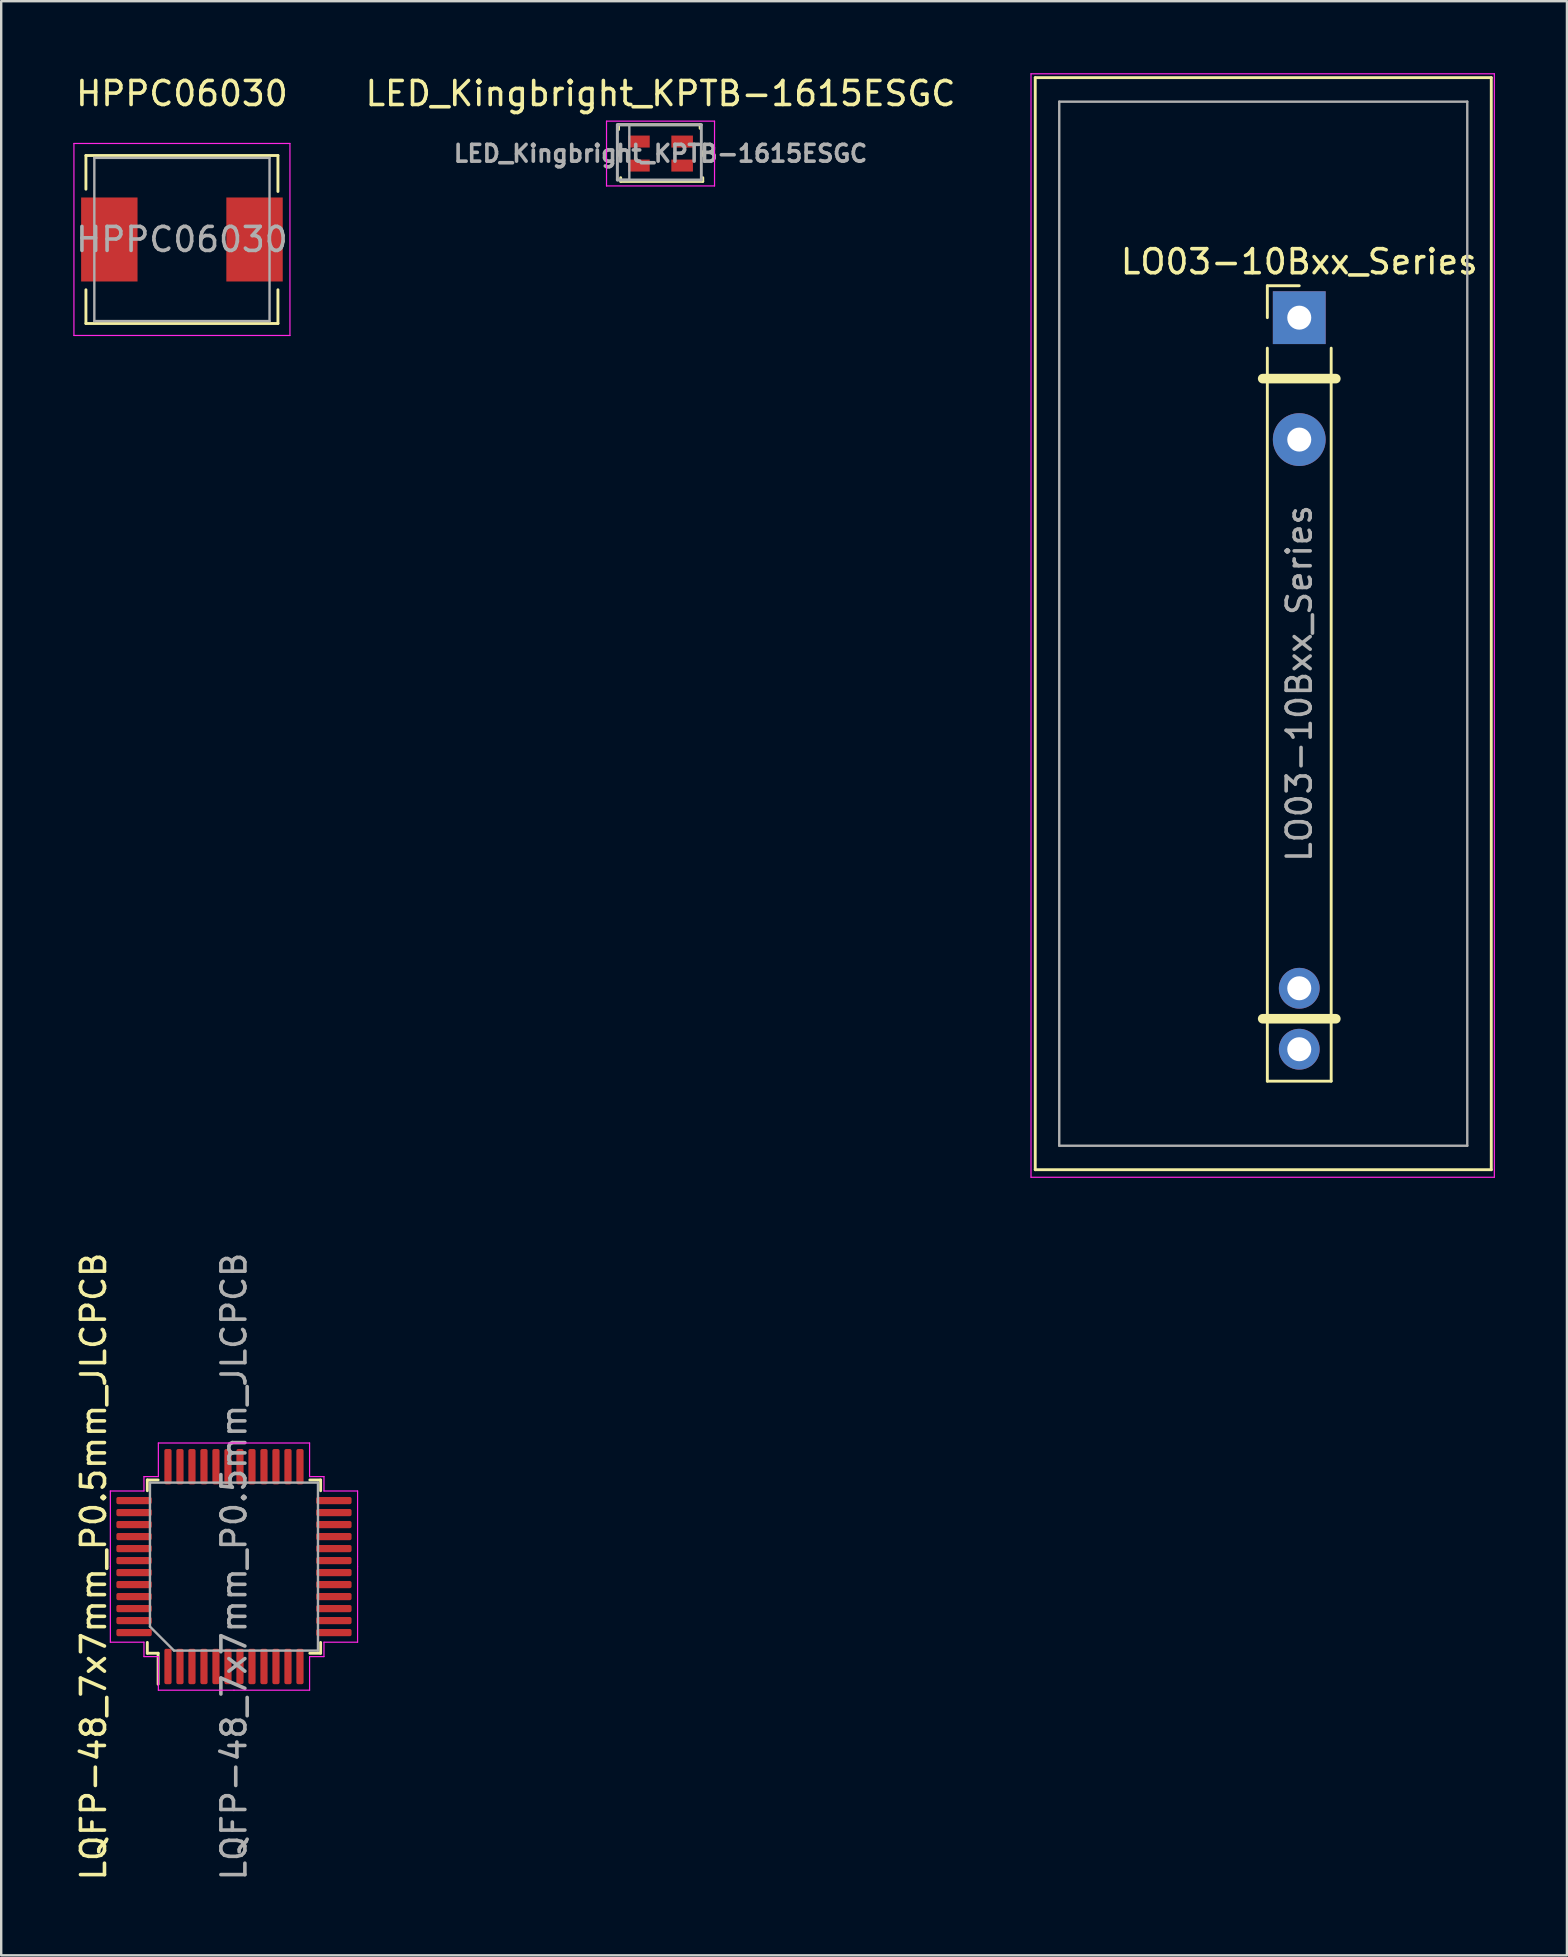
<source format=kicad_pcb>
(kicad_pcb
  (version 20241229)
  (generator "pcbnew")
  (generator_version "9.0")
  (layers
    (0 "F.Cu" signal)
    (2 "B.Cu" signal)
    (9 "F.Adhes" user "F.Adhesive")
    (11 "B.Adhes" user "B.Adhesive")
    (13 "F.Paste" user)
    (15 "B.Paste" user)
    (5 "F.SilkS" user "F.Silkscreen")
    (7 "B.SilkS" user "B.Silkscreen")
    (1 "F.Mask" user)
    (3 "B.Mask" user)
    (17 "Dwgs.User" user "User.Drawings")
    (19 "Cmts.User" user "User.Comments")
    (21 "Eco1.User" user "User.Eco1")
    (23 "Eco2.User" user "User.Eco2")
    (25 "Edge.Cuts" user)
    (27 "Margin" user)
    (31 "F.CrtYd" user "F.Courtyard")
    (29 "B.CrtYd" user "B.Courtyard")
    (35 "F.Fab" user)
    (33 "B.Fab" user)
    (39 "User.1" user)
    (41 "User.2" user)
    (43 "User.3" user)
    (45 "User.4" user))
  (footprint "LO03-10Bxx_Series"
    (layer "F.Cu")
    (at 51.082 10.185)
    (property "Reference" "LO03-10Bxx_Series" (at 0 -2.33 0) (layer "F.SilkS") (effects (font (size 1 1) (thickness 0.15))))
    (attr through_hole)
    (fp_line (start -11 -10) (end 8 -10) (stroke (width 0.12) (type solid)) (layer "F.SilkS"))
    (fp_line (start -11 35.5) (end -11 -10) (stroke (width 0.12) (type solid)) (layer "F.SilkS"))
    (fp_line (start -1.524 2.54) (end 1.524 2.54) (stroke (width 0.4) (type solid)) (layer "F.SilkS"))
    (fp_line (start -1.524 29.21) (end 1.524 29.21) (stroke (width 0.4) (type solid)) (layer "F.SilkS"))
    (fp_line (start -1.33 -1.33) (end 0 -1.33) (stroke (width 0.12) (type solid)) (layer "F.SilkS"))
    (fp_line (start -1.33 0) (end -1.33 -1.33) (stroke (width 0.12) (type solid)) (layer "F.SilkS"))
    (fp_line (start -1.33 1.27) (end -1.33 31.81) (stroke (width 0.12) (type solid)) (layer "F.SilkS"))
    (fp_line (start -1.33 31.81) (end 1.33 31.81) (stroke (width 0.12) (type solid)) (layer "F.SilkS"))
    (fp_line (start 1.33 1.27) (end 1.33 31.81) (stroke (width 0.12) (type solid)) (layer "F.SilkS"))
    (fp_line (start 8 -10) (end 8 35.5) (stroke (width 0.12) (type solid)) (layer "F.SilkS"))
    (fp_line (start 8 35.5) (end -11 35.5) (stroke (width 0.12) (type solid)) (layer "F.SilkS"))
    (fp_line (start -11.176 -10.16) (end -11.176 35.814) (stroke (width 0.05) (type solid)) (layer "F.CrtYd"))
    (fp_line (start -11.176 35.814) (end 8.128 35.814) (stroke (width 0.05) (type solid)) (layer "F.CrtYd"))
    (fp_line (start 8.128 -10.16) (end -11.176 -10.16) (stroke (width 0.05) (type solid)) (layer "F.CrtYd"))
    (fp_line (start 8.128 35.814) (end 8.128 -10.16) (stroke (width 0.05) (type solid)) (layer "F.CrtYd"))
    (fp_line (start -10 -9) (end 7 -9) (stroke (width 0.1) (type solid)) (layer "F.Fab"))
    (fp_line (start -10 34.5) (end -10 -9) (stroke (width 0.1) (type solid)) (layer "F.Fab"))
    (fp_line (start 7 -9) (end 7 34.5) (stroke (width 0.1) (type solid)) (layer "F.Fab"))
    (fp_line (start 7 34.5) (end -10 34.5) (stroke (width 0.1) (type solid)) (layer "F.Fab"))
    (fp_text user "${REFERENCE}" (at 0 15.24 90) (layer "F.Fab") (effects (font (size 1 1) (thickness 0.15))))
    (pad "1" thru_hole rect (at 0 0) (size 2.2 2.2) (drill 1) (layers "*.Cu" "*.Mask"))
    (pad "3" thru_hole oval (at 0 5.08) (size 2.2 2.2) (drill 1) (layers "*.Cu" "*.Mask"))
    (pad "12" thru_hole oval (at 0 27.94) (size 1.7 1.7) (drill 1) (layers "*.Cu" "*.Mask"))
    (pad "13" thru_hole oval (at 0 30.48) (size 1.7 1.7) (drill 1) (layers "*.Cu" "*.Mask")))
  (footprint "LQFP-48_7x7mm_P0.5mm_JLCPCB"
    (layer "F.Cu")
    (at 6.698 62.22)
    (property "Reference" "LQFP-48_7x7mm_P0.5mm_JLCPCB" (at -5.85 0 90) (layer "F.SilkS") (effects (font (size 1 1) (thickness 0.15))))
    (attr smd)
    (fp_line (start -3.61 -3.61) (end -3.16 -3.61) (stroke (width 0.12) (type solid)) (layer "F.SilkS"))
    (fp_line (start -3.61 -3.16) (end -3.61 -3.61) (stroke (width 0.12) (type solid)) (layer "F.SilkS"))
    (fp_line (start -3.61 3.16) (end -3.61 3.61) (stroke (width 0.12) (type solid)) (layer "F.SilkS"))
    (fp_line (start -3.61 3.61) (end -3.16 3.61) (stroke (width 0.12) (type solid)) (layer "F.SilkS"))
    (fp_line (start -3.16 3.61) (end -3.16 4.9) (stroke (width 0.12) (type solid)) (layer "F.SilkS"))
    (fp_line (start 3.61 -3.61) (end 3.16 -3.61) (stroke (width 0.12) (type solid)) (layer "F.SilkS"))
    (fp_line (start 3.61 -3.16) (end 3.61 -3.61) (stroke (width 0.12) (type solid)) (layer "F.SilkS"))
    (fp_line (start 3.61 3.16) (end 3.61 3.61) (stroke (width 0.12) (type solid)) (layer "F.SilkS"))
    (fp_line (start 3.61 3.61) (end 3.16 3.61) (stroke (width 0.12) (type solid)) (layer "F.SilkS"))
    (fp_line (start -5.15 -3.15) (end -3.75 -3.15) (stroke (width 0.05) (type solid)) (layer "F.CrtYd"))
    (fp_line (start -5.15 0) (end -5.15 -3.15) (stroke (width 0.05) (type solid)) (layer "F.CrtYd"))
    (fp_line (start -5.15 0) (end -5.15 3.15) (stroke (width 0.05) (type solid)) (layer "F.CrtYd"))
    (fp_line (start -5.15 3.15) (end -3.75 3.15) (stroke (width 0.05) (type solid)) (layer "F.CrtYd"))
    (fp_line (start -3.75 -3.75) (end -3.15 -3.75) (stroke (width 0.05) (type solid)) (layer "F.CrtYd"))
    (fp_line (start -3.75 -3.15) (end -3.75 -3.75) (stroke (width 0.05) (type solid)) (layer "F.CrtYd"))
    (fp_line (start -3.75 3.15) (end -3.75 3.75) (stroke (width 0.05) (type solid)) (layer "F.CrtYd"))
    (fp_line (start -3.75 3.75) (end -3.15 3.75) (stroke (width 0.05) (type solid)) (layer "F.CrtYd"))
    (fp_line (start -3.15 -5.15) (end 0 -5.15) (stroke (width 0.05) (type solid)) (layer "F.CrtYd"))
    (fp_line (start -3.15 -3.75) (end -3.15 -5.15) (stroke (width 0.05) (type solid)) (layer "F.CrtYd"))
    (fp_line (start -3.15 3.75) (end -3.15 5.15) (stroke (width 0.05) (type solid)) (layer "F.CrtYd"))
    (fp_line (start -3.15 5.15) (end 0 5.15) (stroke (width 0.05) (type solid)) (layer "F.CrtYd"))
    (fp_line (start 3.15 -5.15) (end 0 -5.15) (stroke (width 0.05) (type solid)) (layer "F.CrtYd"))
    (fp_line (start 3.15 -3.75) (end 3.15 -5.15) (stroke (width 0.05) (type solid)) (layer "F.CrtYd"))
    (fp_line (start 3.15 3.75) (end 3.15 5.15) (stroke (width 0.05) (type solid)) (layer "F.CrtYd"))
    (fp_line (start 3.15 5.15) (end 0 5.15) (stroke (width 0.05) (type solid)) (layer "F.CrtYd"))
    (fp_line (start 3.75 -3.75) (end 3.15 -3.75) (stroke (width 0.05) (type solid)) (layer "F.CrtYd"))
    (fp_line (start 3.75 -3.15) (end 3.75 -3.75) (stroke (width 0.05) (type solid)) (layer "F.CrtYd"))
    (fp_line (start 3.75 3.15) (end 3.75 3.75) (stroke (width 0.05) (type solid)) (layer "F.CrtYd"))
    (fp_line (start 3.75 3.75) (end 3.15 3.75) (stroke (width 0.05) (type solid)) (layer "F.CrtYd"))
    (fp_line (start 5.15 -3.15) (end 3.75 -3.15) (stroke (width 0.05) (type solid)) (layer "F.CrtYd"))
    (fp_line (start 5.15 0) (end 5.15 -3.15) (stroke (width 0.05) (type solid)) (layer "F.CrtYd"))
    (fp_line (start 5.15 0) (end 5.15 3.15) (stroke (width 0.05) (type solid)) (layer "F.CrtYd"))
    (fp_line (start 5.15 3.15) (end 3.75 3.15) (stroke (width 0.05) (type solid)) (layer "F.CrtYd"))
    (fp_line (start -3.5 -3.5) (end 3.5 -3.5) (stroke (width 0.1) (type solid)) (layer "F.Fab"))
    (fp_line (start -3.5 2.5) (end -3.5 -3.5) (stroke (width 0.1) (type solid)) (layer "F.Fab"))
    (fp_line (start -2.5 3.5) (end -3.5 2.5) (stroke (width 0.1) (type solid)) (layer "F.Fab"))
    (fp_line (start 3.5 -3.5) (end 3.5 3.5) (stroke (width 0.1) (type solid)) (layer "F.Fab"))
    (fp_line (start 3.5 3.5) (end -2.5 3.5) (stroke (width 0.1) (type solid)) (layer "F.Fab"))
    (fp_text user "${REFERENCE}" (at 0 0 90) (layer "F.Fab") (effects (font (size 1 1) (thickness 0.15))))
    (pad "1" smd roundrect (at -2.75 4.162 90) (size 1.475 0.3) (layers "F.Cu" "F.Mask" "F.Paste") (roundrect_rratio 0.25))
    (pad "2" smd roundrect (at -2.25 4.162 90) (size 1.475 0.3) (layers "F.Cu" "F.Mask" "F.Paste") (roundrect_rratio 0.25))
    (pad "3" smd roundrect (at -1.75 4.162 90) (size 1.475 0.3) (layers "F.Cu" "F.Mask" "F.Paste") (roundrect_rratio 0.25))
    (pad "4" smd roundrect (at -1.25 4.162 90) (size 1.475 0.3) (layers "F.Cu" "F.Mask" "F.Paste") (roundrect_rratio 0.25))
    (pad "5" smd roundrect (at -0.75 4.162 90) (size 1.475 0.3) (layers "F.Cu" "F.Mask" "F.Paste") (roundrect_rratio 0.25))
    (pad "6" smd roundrect (at -0.25 4.162 90) (size 1.475 0.3) (layers "F.Cu" "F.Mask" "F.Paste") (roundrect_rratio 0.25))
    (pad "7" smd roundrect (at 0.25 4.162 90) (size 1.475 0.3) (layers "F.Cu" "F.Mask" "F.Paste") (roundrect_rratio 0.25))
    (pad "8" smd roundrect (at 0.75 4.162 90) (size 1.475 0.3) (layers "F.Cu" "F.Mask" "F.Paste") (roundrect_rratio 0.25))
    (pad "9" smd roundrect (at 1.25 4.162 90) (size 1.475 0.3) (layers "F.Cu" "F.Mask" "F.Paste") (roundrect_rratio 0.25))
    (pad "10" smd roundrect (at 1.75 4.162 90) (size 1.475 0.3) (layers "F.Cu" "F.Mask" "F.Paste") (roundrect_rratio 0.25))
    (pad "11" smd roundrect (at 2.25 4.162 90) (size 1.475 0.3) (layers "F.Cu" "F.Mask" "F.Paste") (roundrect_rratio 0.25))
    (pad "12" smd roundrect (at 2.75 4.162 90) (size 1.475 0.3) (layers "F.Cu" "F.Mask" "F.Paste") (roundrect_rratio 0.25))
    (pad "13" smd roundrect (at 4.162 2.75 90) (size 0.3 1.475) (layers "F.Cu" "F.Mask" "F.Paste") (roundrect_rratio 0.25))
    (pad "14" smd roundrect (at 4.162 2.25 90) (size 0.3 1.475) (layers "F.Cu" "F.Mask" "F.Paste") (roundrect_rratio 0.25))
    (pad "15" smd roundrect (at 4.162 1.75 90) (size 0.3 1.475) (layers "F.Cu" "F.Mask" "F.Paste") (roundrect_rratio 0.25))
    (pad "16" smd roundrect (at 4.162 1.25 90) (size 0.3 1.475) (layers "F.Cu" "F.Mask" "F.Paste") (roundrect_rratio 0.25))
    (pad "17" smd roundrect (at 4.162 0.75 90) (size 0.3 1.475) (layers "F.Cu" "F.Mask" "F.Paste") (roundrect_rratio 0.25))
    (pad "18" smd roundrect (at 4.162 0.25 90) (size 0.3 1.475) (layers "F.Cu" "F.Mask" "F.Paste") (roundrect_rratio 0.25))
    (pad "19" smd roundrect (at 4.162 -0.25 90) (size 0.3 1.475) (layers "F.Cu" "F.Mask" "F.Paste") (roundrect_rratio 0.25))
    (pad "20" smd roundrect (at 4.162 -0.75 90) (size 0.3 1.475) (layers "F.Cu" "F.Mask" "F.Paste") (roundrect_rratio 0.25))
    (pad "21" smd roundrect (at 4.162 -1.25 90) (size 0.3 1.475) (layers "F.Cu" "F.Mask" "F.Paste") (roundrect_rratio 0.25))
    (pad "22" smd roundrect (at 4.162 -1.75 90) (size 0.3 1.475) (layers "F.Cu" "F.Mask" "F.Paste") (roundrect_rratio 0.25))
    (pad "23" smd roundrect (at 4.162 -2.25 90) (size 0.3 1.475) (layers "F.Cu" "F.Mask" "F.Paste") (roundrect_rratio 0.25))
    (pad "24" smd roundrect (at 4.162 -2.75 90) (size 0.3 1.475) (layers "F.Cu" "F.Mask" "F.Paste") (roundrect_rratio 0.25))
    (pad "25" smd roundrect (at 2.75 -4.162 90) (size 1.475 0.3) (layers "F.Cu" "F.Mask" "F.Paste") (roundrect_rratio 0.25))
    (pad "26" smd roundrect (at 2.25 -4.162 90) (size 1.475 0.3) (layers "F.Cu" "F.Mask" "F.Paste") (roundrect_rratio 0.25))
    (pad "27" smd roundrect (at 1.75 -4.162 90) (size 1.475 0.3) (layers "F.Cu" "F.Mask" "F.Paste") (roundrect_rratio 0.25))
    (pad "28" smd roundrect (at 1.25 -4.162 90) (size 1.475 0.3) (layers "F.Cu" "F.Mask" "F.Paste") (roundrect_rratio 0.25))
    (pad "29" smd roundrect (at 0.75 -4.162 90) (size 1.475 0.3) (layers "F.Cu" "F.Mask" "F.Paste") (roundrect_rratio 0.25))
    (pad "30" smd roundrect (at 0.25 -4.162 90) (size 1.475 0.3) (layers "F.Cu" "F.Mask" "F.Paste") (roundrect_rratio 0.25))
    (pad "31" smd roundrect (at -0.25 -4.162 90) (size 1.475 0.3) (layers "F.Cu" "F.Mask" "F.Paste") (roundrect_rratio 0.25))
    (pad "32" smd roundrect (at -0.75 -4.162 90) (size 1.475 0.3) (layers "F.Cu" "F.Mask" "F.Paste") (roundrect_rratio 0.25))
    (pad "33" smd roundrect (at -1.25 -4.162 90) (size 1.475 0.3) (layers "F.Cu" "F.Mask" "F.Paste") (roundrect_rratio 0.25))
    (pad "34" smd roundrect (at -1.75 -4.162 90) (size 1.475 0.3) (layers "F.Cu" "F.Mask" "F.Paste") (roundrect_rratio 0.25))
    (pad "35" smd roundrect (at -2.25 -4.162 90) (size 1.475 0.3) (layers "F.Cu" "F.Mask" "F.Paste") (roundrect_rratio 0.25))
    (pad "36" smd roundrect (at -2.75 -4.162 90) (size 1.475 0.3) (layers "F.Cu" "F.Mask" "F.Paste") (roundrect_rratio 0.25))
    (pad "37" smd roundrect (at -4.162 -2.75 90) (size 0.3 1.475) (layers "F.Cu" "F.Mask" "F.Paste") (roundrect_rratio 0.25))
    (pad "38" smd roundrect (at -4.162 -2.25 90) (size 0.3 1.475) (layers "F.Cu" "F.Mask" "F.Paste") (roundrect_rratio 0.25))
    (pad "39" smd roundrect (at -4.162 -1.75 90) (size 0.3 1.475) (layers "F.Cu" "F.Mask" "F.Paste") (roundrect_rratio 0.25))
    (pad "40" smd roundrect (at -4.162 -1.25 90) (size 0.3 1.475) (layers "F.Cu" "F.Mask" "F.Paste") (roundrect_rratio 0.25))
    (pad "41" smd roundrect (at -4.162 -0.75 90) (size 0.3 1.475) (layers "F.Cu" "F.Mask" "F.Paste") (roundrect_rratio 0.25))
    (pad "42" smd roundrect (at -4.162 -0.25 90) (size 0.3 1.475) (layers "F.Cu" "F.Mask" "F.Paste") (roundrect_rratio 0.25))
    (pad "43" smd roundrect (at -4.162 0.25 90) (size 0.3 1.475) (layers "F.Cu" "F.Mask" "F.Paste") (roundrect_rratio 0.25))
    (pad "44" smd roundrect (at -4.162 0.75 90) (size 0.3 1.475) (layers "F.Cu" "F.Mask" "F.Paste") (roundrect_rratio 0.25))
    (pad "45" smd roundrect (at -4.162 1.25 90) (size 0.3 1.475) (layers "F.Cu" "F.Mask" "F.Paste") (roundrect_rratio 0.25))
    (pad "46" smd roundrect (at -4.162 1.75 90) (size 0.3 1.475) (layers "F.Cu" "F.Mask" "F.Paste") (roundrect_rratio 0.25))
    (pad "47" smd roundrect (at -4.162 2.25 90) (size 0.3 1.475) (layers "F.Cu" "F.Mask" "F.Paste") (roundrect_rratio 0.25))
    (pad "48" smd roundrect (at -4.162 2.75 90) (size 0.3 1.475) (layers "F.Cu" "F.Mask" "F.Paste") (roundrect_rratio 0.25)))
  (footprint "LED_Kingbright_KPTB-1615ESGC"
    (layer "F.Cu")
    (at 24.47 3.348)
    (property "Reference" "LED_Kingbright_KPTB-1615ESGC" (at 0 -2.5 0) (layer "F.SilkS") (effects (font (size 1 1) (thickness 0.15))))
    (attr smd)
    (fp_line (start -1.75 -1.2) (end 1.65 -1.2) (stroke (width 0.12) (type solid)) (layer "F.SilkS"))
    (fp_line (start -1.75 -1) (end -1.75 -1.2) (stroke (width 0.12) (type solid)) (layer "F.SilkS"))
    (fp_line (start -1.71 -0.095) (end -1.71 0.095) (stroke (width 0.12) (type solid)) (layer "F.SilkS"))
    (fp_line (start -1.66 1.005) (end -1.66 1.16) (stroke (width 0.12) (type solid)) (layer "F.SilkS"))
    (fp_line (start -1.66 1.16) (end 1.76 1.16) (stroke (width 0.12) (type solid)) (layer "F.SilkS"))
    (fp_line (start 1.65 -1.2) (end 1.65 -1.05) (stroke (width 0.12) (type solid)) (layer "F.SilkS"))
    (fp_line (start 1.71 -0.095) (end 1.71 0.095) (stroke (width 0.12) (type solid)) (layer "F.SilkS"))
    (fp_line (start 1.76 1.005) (end 1.76 1.16) (stroke (width 0.12) (type solid)) (layer "F.SilkS"))
    (fp_line (start -2.25 -1.35) (end -2.25 1.35) (stroke (width 0.05) (type solid)) (layer "F.CrtYd"))
    (fp_line (start -2.25 -1.35) (end 2.25 -1.35) (stroke (width 0.05) (type solid)) (layer "F.CrtYd"))
    (fp_line (start -2.25 1.35) (end 2.25 1.35) (stroke (width 0.05) (type solid)) (layer "F.CrtYd"))
    (fp_line (start 2.25 1.35) (end 2.25 -1.35) (stroke (width 0.05) (type solid)) (layer "F.CrtYd"))
    (fp_line (start -1.8 -1.2) (end 1.7 -1.2) (stroke (width 0.12) (type solid)) (layer "F.Fab"))
    (fp_line (start -1.8 1.1) (end -1.8 -1.2) (stroke (width 0.12) (type solid)) (layer "F.Fab"))
    (fp_line (start -1.7 1.1) (end -1.8 1.1) (stroke (width 0.12) (type solid)) (layer "F.Fab"))
    (fp_line (start 1.7 -1.2) (end 1.7 1.1) (stroke (width 0.12) (type solid)) (layer "F.Fab"))
    (fp_line (start 1.7 1.1) (end -1.7 1.1) (stroke (width 0.12) (type solid)) (layer "F.Fab"))
    (fp_poly (pts (xy -1.8 -1.2) (xy -1.3 -1.2) (xy -1.3 1.1) (xy -1.8 1.1)) (stroke (width 0.1) (type solid)) (fill no) (layer "F.Fab"))
    (fp_text user "${REFERENCE}" (at 0 0 0) (layer "F.Fab") (effects (font (size 0.7 0.7) (thickness 0.15))))
    (pad "1" smd rect (at 0.9 -0.5) (size 0.9 0.5) (layers "F.Cu" "F.Mask" "F.Paste"))
    (pad "2" smd rect (at -0.9 -0.5) (size 0.9 0.5) (layers "F.Cu" "F.Mask" "F.Paste"))
    (pad "3" smd rect (at 0.9 0.5) (size 0.9 0.5) (layers "F.Cu" "F.Mask" "F.Paste"))
    (pad "4" smd rect (at -0.9 0.5) (size 0.9 0.5) (layers "F.Cu" "F.Mask" "F.Paste")))
  (footprint "HPPC06030"
    (layer "F.Cu")
    (at 4.53 6.928)
    (property "Reference" "HPPC06030" (at 0 -6.08 0) (layer "F.SilkS") (effects (font (size 1 1) (thickness 0.15))))
    (attr smd)
    (fp_line (start -4 -3.5) (end 4 -3.5) (stroke (width 0.12) (type solid)) (layer "F.SilkS"))
    (fp_line (start -4 -2.095) (end -4 -3.5) (stroke (width 0.12) (type solid)) (layer "F.SilkS"))
    (fp_line (start -4 2.095) (end -4 3.5) (stroke (width 0.12) (type solid)) (layer "F.SilkS"))
    (fp_line (start -4 3.5) (end 4 3.5) (stroke (width 0.12) (type solid)) (layer "F.SilkS"))
    (fp_line (start 4 -3.5) (end 4 -2) (stroke (width 0.12) (type solid)) (layer "F.SilkS"))
    (fp_line (start 4 2.095) (end 4 3.5) (stroke (width 0.12) (type solid)) (layer "F.SilkS"))
    (fp_line (start -4.5 -4) (end -4.5 4) (stroke (width 0.05) (type solid)) (layer "F.CrtYd"))
    (fp_line (start -4.5 4) (end 4.5 4) (stroke (width 0.05) (type solid)) (layer "F.CrtYd"))
    (fp_line (start 4.5 -4) (end -4.5 -4) (stroke (width 0.05) (type solid)) (layer "F.CrtYd"))
    (fp_line (start 4.5 4) (end 4.5 -4) (stroke (width 0.05) (type solid)) (layer "F.CrtYd"))
    (fp_line (start -3.65 -3.4) (end -3.65 3.4) (stroke (width 0.1) (type solid)) (layer "F.Fab"))
    (fp_line (start 3.65 -3.4) (end -3.65 -3.4) (stroke (width 0.1) (type solid)) (layer "F.Fab"))
    (fp_line (start 3.65 -3.4) (end 3.65 3.4) (stroke (width 0.1) (type solid)) (layer "F.Fab"))
    (fp_line (start 3.65 3.4) (end -3.65 3.4) (stroke (width 0.1) (type solid)) (layer "F.Fab"))
    (fp_text user "${REFERENCE}" (at 0 0 0) (layer "F.Fab") (effects (font (size 1 1) (thickness 0.15))))
    (pad "1" smd rect (at -3.025 0) (size 2.35 3.5) (layers "F.Cu" "F.Mask" "F.Paste"))
    (pad "2" smd rect (at 3.025 0) (size 2.35 3.5) (layers "F.Cu" "F.Mask" "F.Paste")))
  (gr_rect
    (start -3 -3)
    (end 62.235 78.417)
    (stroke (width 0.1) (type default))
    (fill no)
    (layer "Edge.Cuts")))
</source>
